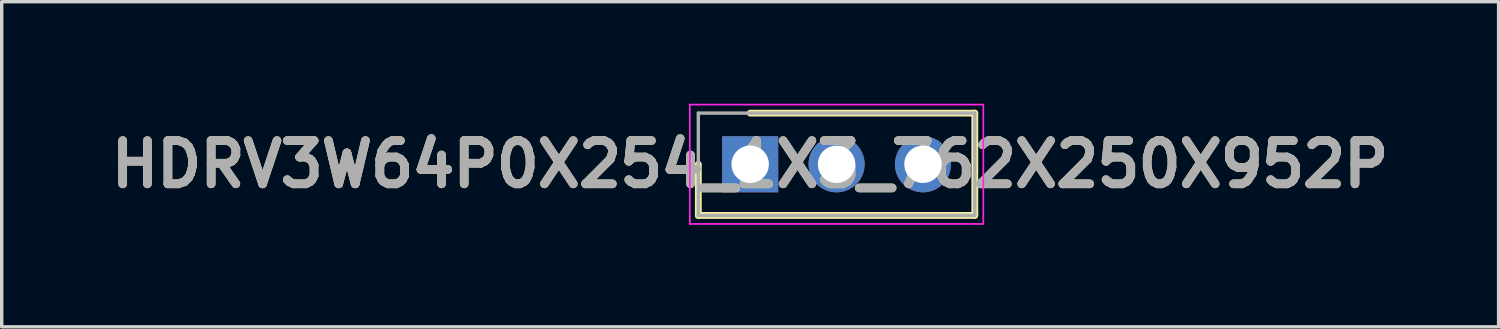
<source format=kicad_pcb>
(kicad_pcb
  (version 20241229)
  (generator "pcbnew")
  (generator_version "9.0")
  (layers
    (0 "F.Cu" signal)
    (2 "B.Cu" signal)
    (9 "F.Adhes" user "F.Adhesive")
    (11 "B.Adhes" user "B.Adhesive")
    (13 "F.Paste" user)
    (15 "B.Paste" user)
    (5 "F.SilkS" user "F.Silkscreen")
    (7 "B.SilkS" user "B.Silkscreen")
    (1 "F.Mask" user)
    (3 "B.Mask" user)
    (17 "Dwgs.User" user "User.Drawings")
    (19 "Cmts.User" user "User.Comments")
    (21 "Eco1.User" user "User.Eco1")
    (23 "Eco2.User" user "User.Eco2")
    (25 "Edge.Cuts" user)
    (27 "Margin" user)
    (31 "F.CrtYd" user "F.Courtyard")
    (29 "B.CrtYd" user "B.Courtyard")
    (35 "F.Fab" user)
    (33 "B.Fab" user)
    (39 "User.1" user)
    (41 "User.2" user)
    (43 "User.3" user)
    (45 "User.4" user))
  (footprint "HDRV3W64P0X254_1X3_762X250X952P"
    (layer "F.Cu")
    (at 19.002 1.779)
    (property "Reference" "HDRV3W64P0X254_1X3_762X250X952P" (at 0 0 0) (layer "F.SilkS") (effects (font (size 1.27 1.27) (thickness 0.254))))
    (attr through_hole)
    (fp_line (start -1.524 0) (end -1.524 1.504) (stroke (width 0.2) (type solid)) (layer "F.SilkS"))
    (fp_line (start -1.524 1.504) (end 6.604 1.504) (stroke (width 0.2) (type solid)) (layer "F.SilkS"))
    (fp_line (start 6.604 -1.504) (end 0 -1.504) (stroke (width 0.2) (type solid)) (layer "F.SilkS"))
    (fp_line (start 6.604 1.504) (end 6.604 -1.504) (stroke (width 0.2) (type solid)) (layer "F.SilkS"))
    (fp_line (start -1.774 -1.754) (end 6.854 -1.754) (stroke (width 0.05) (type solid)) (layer "F.CrtYd"))
    (fp_line (start -1.774 1.754) (end -1.774 -1.754) (stroke (width 0.05) (type solid)) (layer "F.CrtYd"))
    (fp_line (start 6.854 -1.754) (end 6.854 1.754) (stroke (width 0.05) (type solid)) (layer "F.CrtYd"))
    (fp_line (start 6.854 1.754) (end -1.774 1.754) (stroke (width 0.05) (type solid)) (layer "F.CrtYd"))
    (fp_line (start -1.524 -1.504) (end 6.604 -1.504) (stroke (width 0.1) (type solid)) (layer "F.Fab"))
    (fp_line (start -1.524 1.504) (end -1.524 -1.504) (stroke (width 0.1) (type solid)) (layer "F.Fab"))
    (fp_line (start 6.604 -1.504) (end 6.604 1.504) (stroke (width 0.1) (type solid)) (layer "F.Fab"))
    (fp_line (start 6.604 1.504) (end -1.524 1.504) (stroke (width 0.1) (type solid)) (layer "F.Fab"))
    (fp_text user "${REFERENCE}" (at 0 0 0) (layer "F.Fab") (effects (font (size 1.27 1.27) (thickness 0.254))))
    (pad "1" thru_hole rect (at 0 0) (size 1.65 1.65) (drill 1.1) (layers "*.Cu" "*.Mask"))
    (pad "2" thru_hole circle (at 2.54 0) (size 1.65 1.65) (drill 1.1) (layers "*.Cu" "*.Mask"))
    (pad "3" thru_hole circle (at 5.08 0) (size 1.65 1.65) (drill 1.1) (layers "*.Cu" "*.Mask")))
  (gr_rect
    (start -3 -3)
    (end 41.003 6.558)
    (stroke (width 0.1) (type default))
    (fill no)
    (layer "Edge.Cuts")))
</source>
